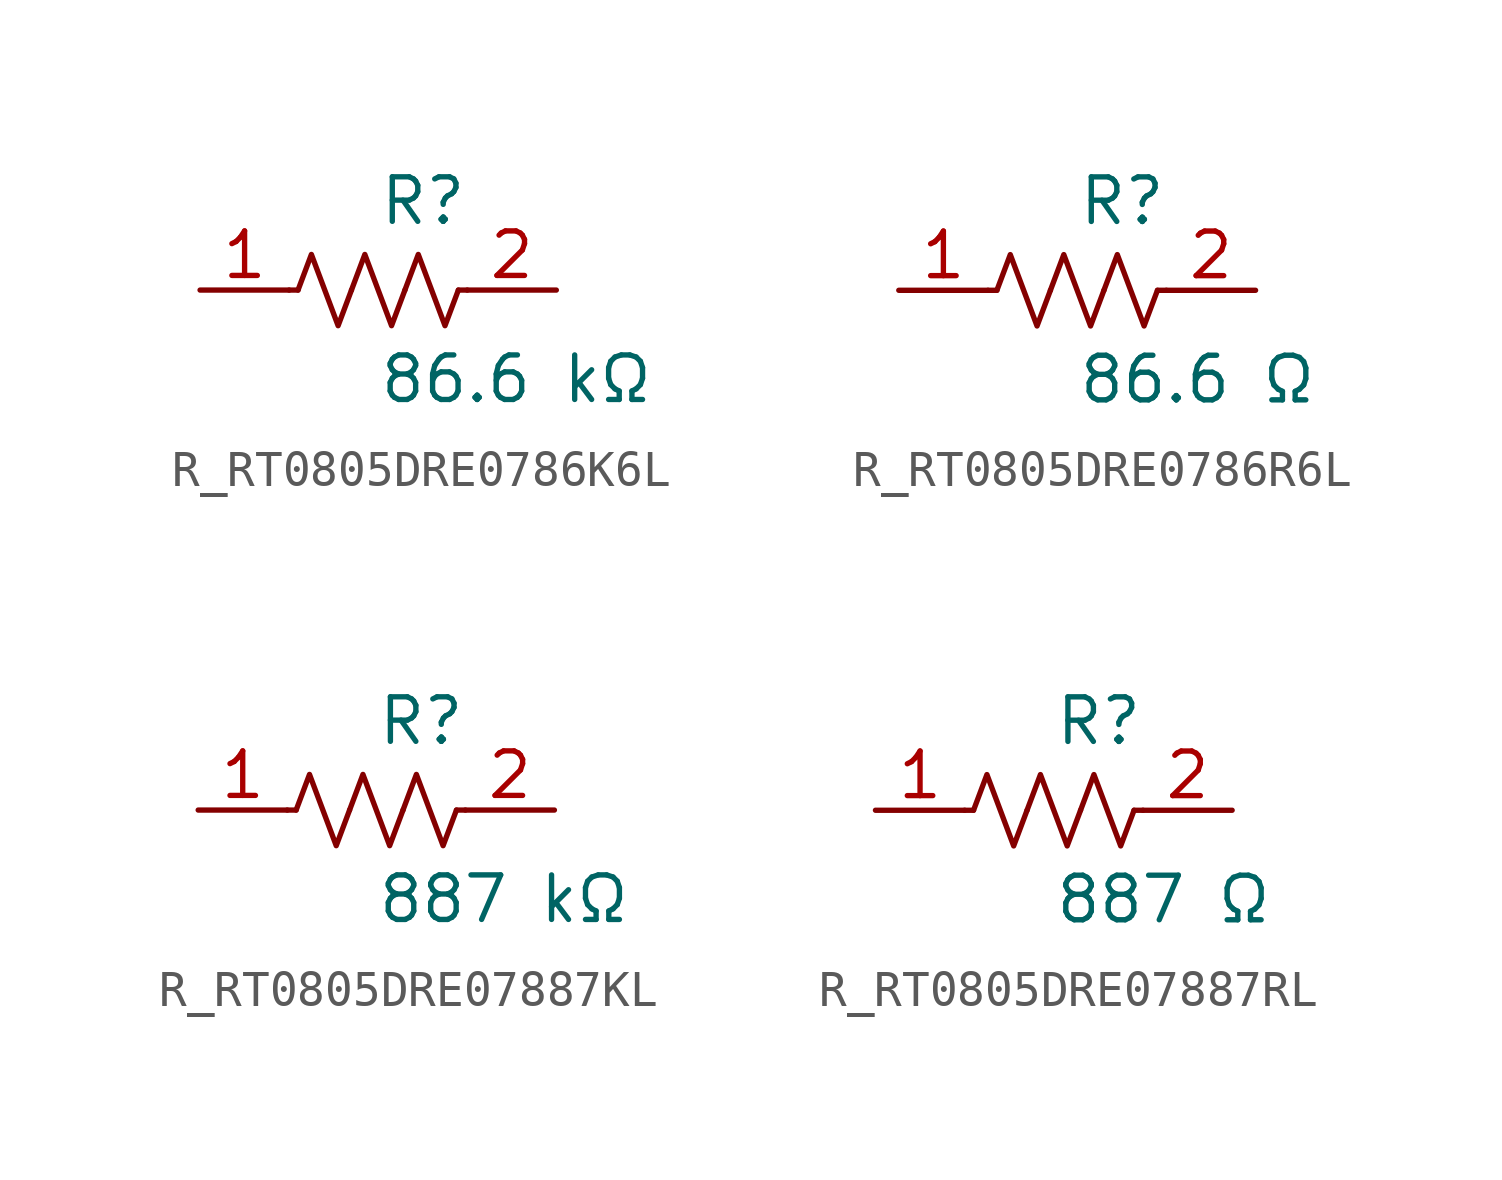
<source format=kicad_sym>
(kicad_symbol_lib
  (version 20231120)
  (generator kicad_symbol_editor)
  (generator_version 8.0)
  (symbol "R_RT0805DRE0786K6L"
    (pin_names
      (offset 0.254))
    (property "Reference" "R"
      (at 0 2.54 0)
      (effects (font (size 1.27 1.27)) (justify left)))
    (property "Value" "86.6 kΩ"
      (at 0 -2.54 0)
      (effects (font (size 1.27 1.27)) (justify left)))
    (symbol "R_RT0805DRE0786K6L_0_1"
      (polyline (pts (xy 2.286 0) (xy 2.54 0)) (stroke (width 0) (type default)) (fill (type none)))
      (polyline (pts (xy -2.286 0) (xy -2.54 0)) (stroke (width 0) (type default)) (fill (type none)))
      (polyline (pts (xy 0.762 0) (xy 1.143 1.016) (xy 1.524 0) (xy 1.905 -1.016) (xy 2.286 0)) (stroke (width 0) (type default)) (fill (type none)))
      (polyline (pts (xy -0.762 0) (xy -0.381 1.016) (xy 0 0) (xy 0.381 -1.016) (xy 0.762 0)) (stroke (width 0) (type default)) (fill (type none)))
      (polyline (pts (xy -2.286 0) (xy -1.905 1.016) (xy -1.524 0) (xy -1.143 -1.016) (xy -0.762 0)) (stroke (width 0) (type default)) (fill (type none))))
    (pin passive line
      (at -5.08 0 0)
      (length 2.54)
      (name "" (effects (font (size 1.27 1.27))))
      (number "1" (effects (font (size 1.27 1.27)))))
    (pin passive line
      (at 5.08 0 180)
      (length 2.54)
      (name "" (effects (font (size 1.27 1.27))))
      (number "2" (effects (font (size 1.27 1.27))))))
  (symbol "R_RT0805DRE0786R6L"
    (pin_names
      (offset 0.254))
    (property "Reference" "R"
      (at 0 2.54 0)
      (effects (font (size 1.27 1.27)) (justify left)))
    (property "Value" "86.6 Ω"
      (at 0 -2.54 0)
      (effects (font (size 1.27 1.27)) (justify left)))
    (symbol "R_RT0805DRE0786R6L_0_1"
      (polyline (pts (xy 2.286 0) (xy 2.54 0)) (stroke (width 0) (type default)) (fill (type none)))
      (polyline (pts (xy -2.286 0) (xy -2.54 0)) (stroke (width 0) (type default)) (fill (type none)))
      (polyline (pts (xy 0.762 0) (xy 1.143 1.016) (xy 1.524 0) (xy 1.905 -1.016) (xy 2.286 0)) (stroke (width 0) (type default)) (fill (type none)))
      (polyline (pts (xy -0.762 0) (xy -0.381 1.016) (xy 0 0) (xy 0.381 -1.016) (xy 0.762 0)) (stroke (width 0) (type default)) (fill (type none)))
      (polyline (pts (xy -2.286 0) (xy -1.905 1.016) (xy -1.524 0) (xy -1.143 -1.016) (xy -0.762 0)) (stroke (width 0) (type default)) (fill (type none))))
    (pin passive line
      (at -5.08 0 0)
      (length 2.54)
      (name "" (effects (font (size 1.27 1.27))))
      (number "1" (effects (font (size 1.27 1.27)))))
    (pin passive line
      (at 5.08 0 180)
      (length 2.54)
      (name "" (effects (font (size 1.27 1.27))))
      (number "2" (effects (font (size 1.27 1.27))))))
  (symbol "R_RT0805DRE07887KL"
    (pin_names
      (offset 0.254))
    (property "Reference" "R"
      (at 0 2.54 0)
      (effects (font (size 1.27 1.27)) (justify left)))
    (property "Value" "887 kΩ"
      (at 0 -2.54 0)
      (effects (font (size 1.27 1.27)) (justify left)))
    (symbol "R_RT0805DRE07887KL_0_1"
      (polyline (pts (xy 2.286 0) (xy 2.54 0)) (stroke (width 0) (type default)) (fill (type none)))
      (polyline (pts (xy -2.286 0) (xy -2.54 0)) (stroke (width 0) (type default)) (fill (type none)))
      (polyline (pts (xy 0.762 0) (xy 1.143 1.016) (xy 1.524 0) (xy 1.905 -1.016) (xy 2.286 0)) (stroke (width 0) (type default)) (fill (type none)))
      (polyline (pts (xy -0.762 0) (xy -0.381 1.016) (xy 0 0) (xy 0.381 -1.016) (xy 0.762 0)) (stroke (width 0) (type default)) (fill (type none)))
      (polyline (pts (xy -2.286 0) (xy -1.905 1.016) (xy -1.524 0) (xy -1.143 -1.016) (xy -0.762 0)) (stroke (width 0) (type default)) (fill (type none))))
    (pin passive line
      (at -5.08 0 0)
      (length 2.54)
      (name "" (effects (font (size 1.27 1.27))))
      (number "1" (effects (font (size 1.27 1.27)))))
    (pin passive line
      (at 5.08 0 180)
      (length 2.54)
      (name "" (effects (font (size 1.27 1.27))))
      (number "2" (effects (font (size 1.27 1.27))))))
  (symbol "R_RT0805DRE07887RL"
    (pin_names
      (offset 0.254))
    (property "Reference" "R"
      (at 0 2.54 0)
      (effects (font (size 1.27 1.27)) (justify left)))
    (property "Value" "887 Ω"
      (at 0 -2.54 0)
      (effects (font (size 1.27 1.27)) (justify left)))
    (symbol "R_RT0805DRE07887RL_0_1"
      (polyline (pts (xy 2.286 0) (xy 2.54 0)) (stroke (width 0) (type default)) (fill (type none)))
      (polyline (pts (xy -2.286 0) (xy -2.54 0)) (stroke (width 0) (type default)) (fill (type none)))
      (polyline (pts (xy 0.762 0) (xy 1.143 1.016) (xy 1.524 0) (xy 1.905 -1.016) (xy 2.286 0)) (stroke (width 0) (type default)) (fill (type none)))
      (polyline (pts (xy -0.762 0) (xy -0.381 1.016) (xy 0 0) (xy 0.381 -1.016) (xy 0.762 0)) (stroke (width 0) (type default)) (fill (type none)))
      (polyline (pts (xy -2.286 0) (xy -1.905 1.016) (xy -1.524 0) (xy -1.143 -1.016) (xy -0.762 0)) (stroke (width 0) (type default)) (fill (type none))))
    (pin passive line
      (at -5.08 0 0)
      (length 2.54)
      (name "" (effects (font (size 1.27 1.27))))
      (number "1" (effects (font (size 1.27 1.27)))))
    (pin passive line
      (at 5.08 0 180)
      (length 2.54)
      (name "" (effects (font (size 1.27 1.27))))
      (number "2" (effects (font (size 1.27 1.27)))))))
</source>
